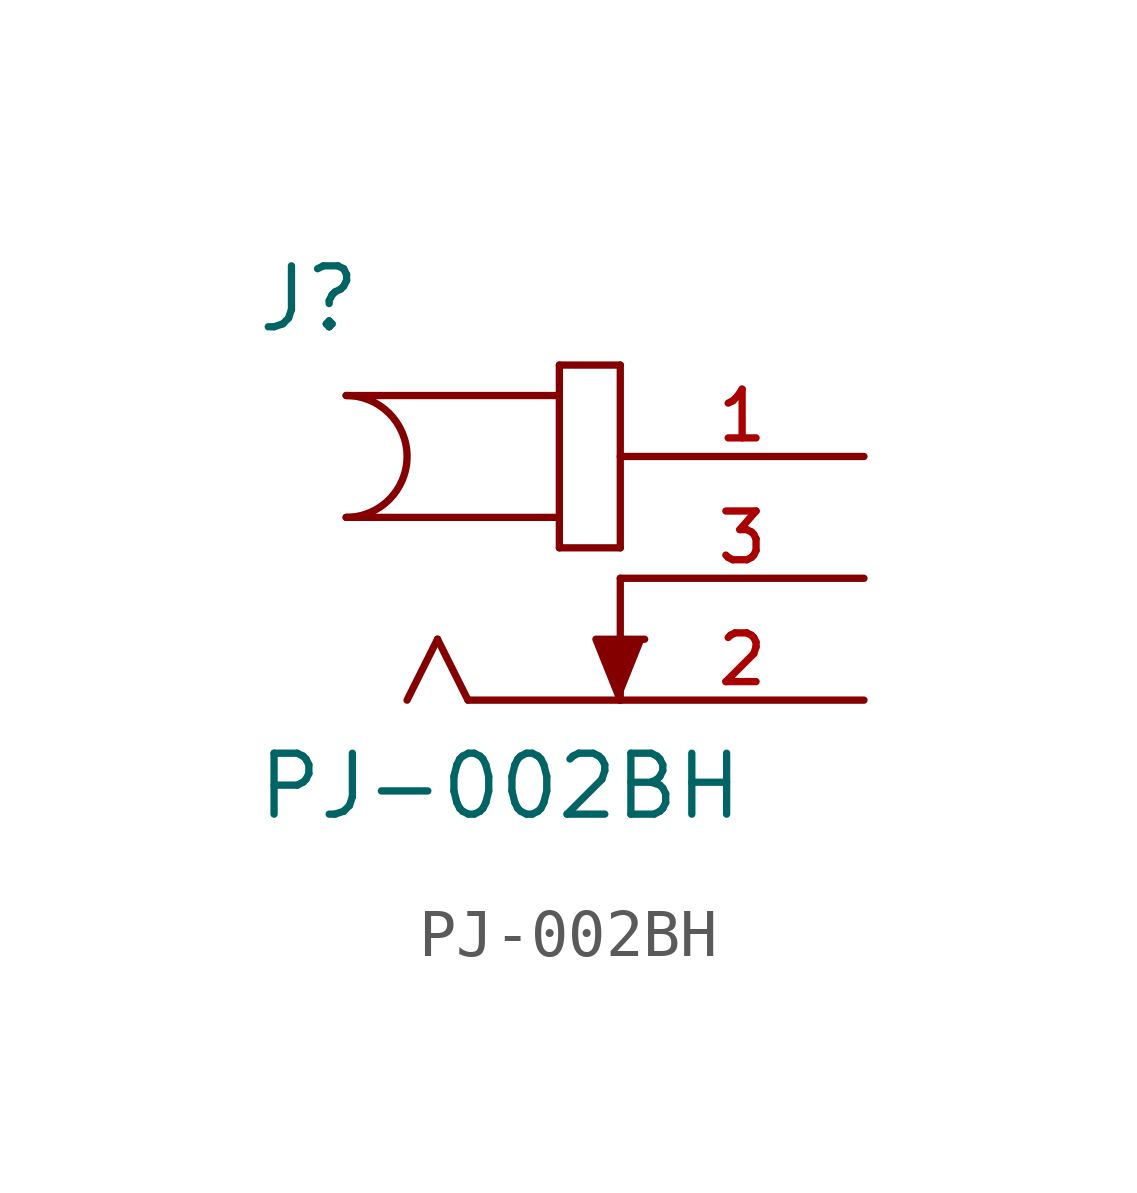
<source format=kicad_sym>
(kicad_symbol_lib
  (version 20220914)
  (generator kicad_symbol_editor)
  (symbol "PJ-002BH"
    (pin_names
      (offset 1.016) hide)
    (property "Reference" "J"
      (at -7.62 5.08 0)
      (effects (font (size 1.27 1.27)) (justify left bottom)))
    (property "Value" "PJ-002BH"
      (at -7.62 -5.08 0)
      (effects (font (size 1.27 1.27)) (justify left bottom)))
    (property "ki_locked" ""
      (at 0 0 0)
      (effects (font (size 1.27 1.27))))
    (symbol "PJ-002BH_0_0"
      (arc (start -5.715 1.27) (mid -4.4505 2.54) (end -5.715 3.81) (stroke (width 0.1524) (type solid)) (fill (type none)))
      (polyline (pts (xy -5.715 3.81) (xy -1.27 3.81)) (stroke (width 0.152) (type solid)) (fill (type none)))
      (polyline (pts (xy -3.81 -1.27) (xy -4.445 -2.54)) (stroke (width 0.152) (type solid)) (fill (type none)))
      (polyline (pts (xy -3.175 -2.54) (xy -3.81 -1.27)) (stroke (width 0.152) (type solid)) (fill (type none)))
      (polyline (pts (xy -1.27 0.635) (xy 0 0.635)) (stroke (width 0.152) (type solid)) (fill (type none)))
      (polyline (pts (xy -1.27 1.27) (xy -5.715 1.27)) (stroke (width 0.152) (type solid)) (fill (type none)))
      (polyline (pts (xy -1.27 1.27) (xy -1.27 0.635)) (stroke (width 0.152) (type solid)) (fill (type none)))
      (polyline (pts (xy -1.27 3.81) (xy -1.27 1.27)) (stroke (width 0.152) (type solid)) (fill (type none)))
      (polyline (pts (xy -1.27 4.445) (xy -1.27 3.81)) (stroke (width 0.152) (type solid)) (fill (type none)))
      (polyline (pts (xy 0 -2.54) (xy -3.175 -2.54)) (stroke (width 0.152) (type solid)) (fill (type none)))
      (polyline (pts (xy 0 0) (xy 0 -2.54)) (stroke (width 0.152) (type solid)) (fill (type none)))
      (polyline (pts (xy 0 0.635) (xy 0 4.445)) (stroke (width 0.152) (type solid)) (fill (type none)))
      (polyline (pts (xy 0 4.445) (xy -1.27 4.445)) (stroke (width 0.152) (type solid)) (fill (type none)))
      (polyline (pts (xy 0 -2.54) (xy -0.508 -1.27) (xy 0.508 -1.27)) (stroke (width 0.152) (type solid)) (fill (type outline)))
      (pin passive line (at 5.08 2.54 180) (length 5.08) (name "1" (effects (font (size 1.016 1.016)))) (number "1" (effects (font (size 1.016 1.016)))))
      (pin passive line (at 5.08 -2.54 180) (length 5.08) (name "2" (effects (font (size 1.016 1.016)))) (number "2" (effects (font (size 1.016 1.016)))))
      (pin passive line (at 5.08 0 180) (length 5.08) (name "3" (effects (font (size 1.016 1.016)))) (number "3" (effects (font (size 1.016 1.016))))))))
</source>
